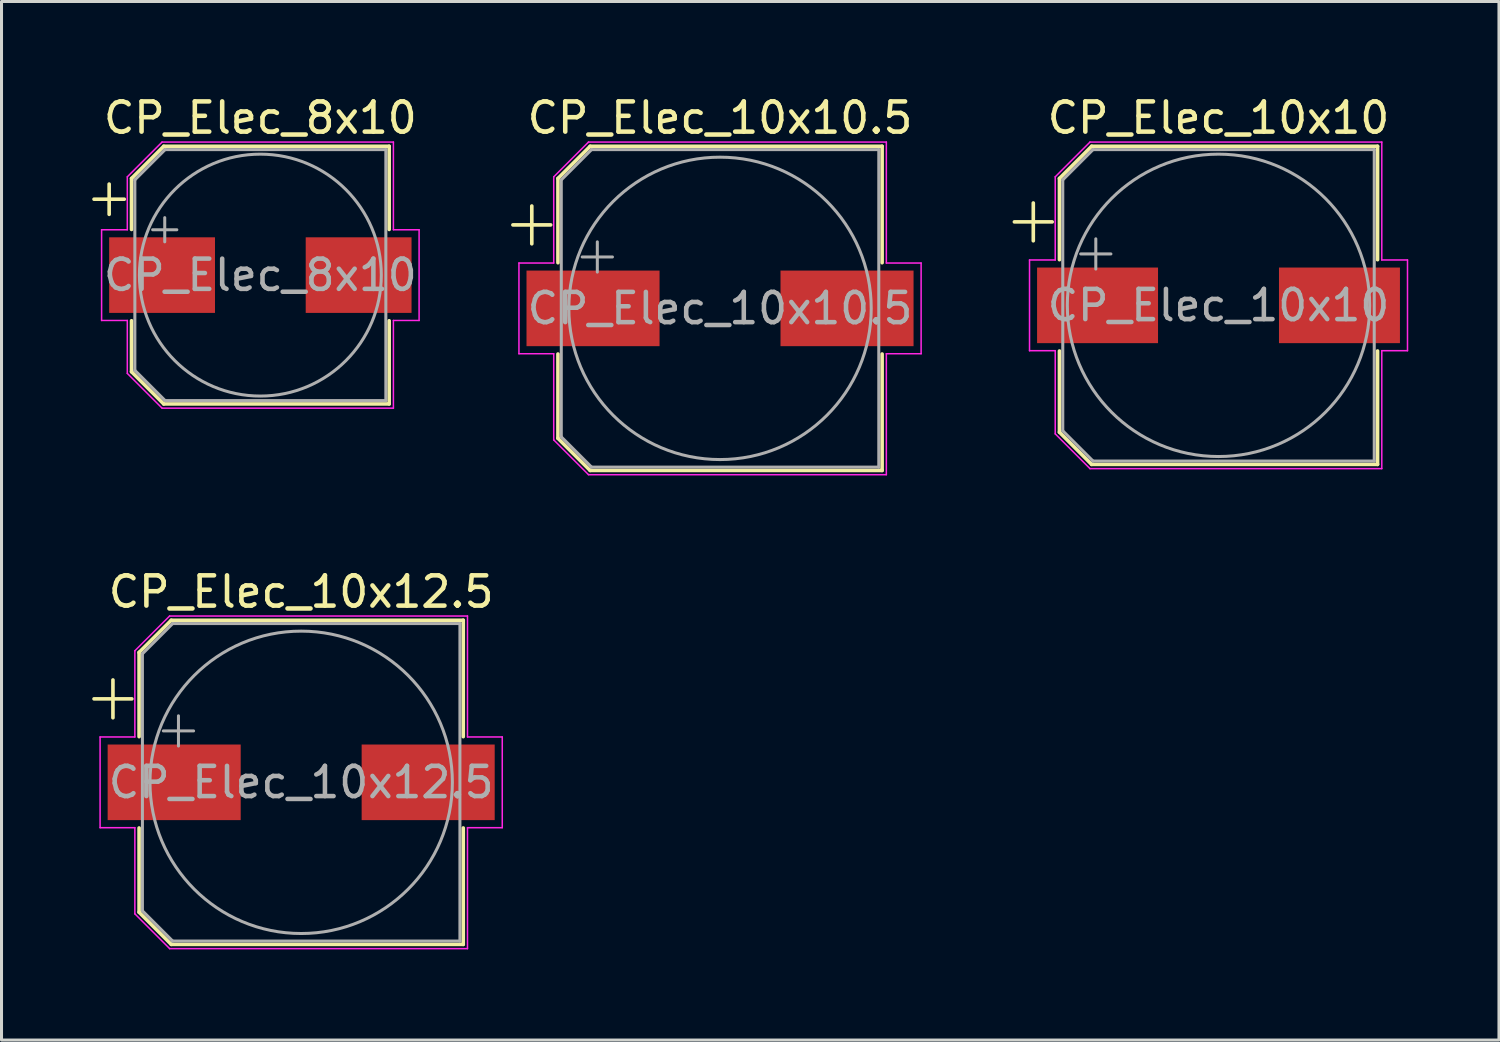
<source format=kicad_pcb>
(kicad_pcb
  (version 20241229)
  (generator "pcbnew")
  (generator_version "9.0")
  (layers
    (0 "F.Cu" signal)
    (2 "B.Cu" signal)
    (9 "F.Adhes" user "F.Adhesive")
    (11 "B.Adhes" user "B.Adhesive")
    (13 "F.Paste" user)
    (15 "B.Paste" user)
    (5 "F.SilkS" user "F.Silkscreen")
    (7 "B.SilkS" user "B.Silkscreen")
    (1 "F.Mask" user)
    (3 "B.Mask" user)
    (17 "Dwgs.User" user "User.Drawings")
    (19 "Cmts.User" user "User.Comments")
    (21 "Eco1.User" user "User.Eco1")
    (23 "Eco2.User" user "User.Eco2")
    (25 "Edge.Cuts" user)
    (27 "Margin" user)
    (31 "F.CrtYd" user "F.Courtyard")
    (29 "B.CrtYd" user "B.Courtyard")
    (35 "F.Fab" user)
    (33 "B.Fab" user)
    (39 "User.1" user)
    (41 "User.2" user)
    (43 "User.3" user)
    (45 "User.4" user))
  (footprint "CP_Elec_10x10"
    (layer "F.Cu")
    (at 37.247 7.048)
    (property "Reference" "CP_Elec_10x10" (at 0 -6.2 0) (layer "F.SilkS") (effects (font (size 1 1) (thickness 0.15))))
    (attr smd)
    (fp_line (start -6.75 -2.76) (end -5.5 -2.76) (stroke (width 0.12) (type solid)) (layer "F.SilkS"))
    (fp_line (start -6.125 -3.385) (end -6.125 -2.135) (stroke (width 0.12) (type solid)) (layer "F.SilkS"))
    (fp_line (start -5.26 -4.196) (end -5.26 -1.51) (stroke (width 0.12) (type solid)) (layer "F.SilkS"))
    (fp_line (start -5.26 -4.196) (end -4.196 -5.26) (stroke (width 0.12) (type solid)) (layer "F.SilkS"))
    (fp_line (start -5.26 4.196) (end -5.26 1.51) (stroke (width 0.12) (type solid)) (layer "F.SilkS"))
    (fp_line (start -5.26 4.196) (end -4.196 5.26) (stroke (width 0.12) (type solid)) (layer "F.SilkS"))
    (fp_line (start -4.196 -5.26) (end 5.26 -5.26) (stroke (width 0.12) (type solid)) (layer "F.SilkS"))
    (fp_line (start -4.196 5.26) (end 5.26 5.26) (stroke (width 0.12) (type solid)) (layer "F.SilkS"))
    (fp_line (start 5.26 -5.26) (end 5.26 -1.51) (stroke (width 0.12) (type solid)) (layer "F.SilkS"))
    (fp_line (start 5.26 5.26) (end 5.26 1.51) (stroke (width 0.12) (type solid)) (layer "F.SilkS"))
    (fp_line (start -6.25 -1.5) (end -6.25 1.5) (stroke (width 0.05) (type solid)) (layer "F.CrtYd"))
    (fp_line (start -6.25 1.5) (end -5.4 1.5) (stroke (width 0.05) (type solid)) (layer "F.CrtYd"))
    (fp_line (start -5.4 -4.25) (end -5.4 -1.5) (stroke (width 0.05) (type solid)) (layer "F.CrtYd"))
    (fp_line (start -5.4 -4.25) (end -4.25 -5.4) (stroke (width 0.05) (type solid)) (layer "F.CrtYd"))
    (fp_line (start -5.4 -1.5) (end -6.25 -1.5) (stroke (width 0.05) (type solid)) (layer "F.CrtYd"))
    (fp_line (start -5.4 1.5) (end -5.4 4.25) (stroke (width 0.05) (type solid)) (layer "F.CrtYd"))
    (fp_line (start -5.4 4.25) (end -4.25 5.4) (stroke (width 0.05) (type solid)) (layer "F.CrtYd"))
    (fp_line (start -4.25 -5.4) (end 5.4 -5.4) (stroke (width 0.05) (type solid)) (layer "F.CrtYd"))
    (fp_line (start -4.25 5.4) (end 5.4 5.4) (stroke (width 0.05) (type solid)) (layer "F.CrtYd"))
    (fp_line (start 5.4 -5.4) (end 5.4 -1.5) (stroke (width 0.05) (type solid)) (layer "F.CrtYd"))
    (fp_line (start 5.4 -1.5) (end 6.25 -1.5) (stroke (width 0.05) (type solid)) (layer "F.CrtYd"))
    (fp_line (start 5.4 1.5) (end 5.4 5.4) (stroke (width 0.05) (type solid)) (layer "F.CrtYd"))
    (fp_line (start 6.25 -1.5) (end 6.25 1.5) (stroke (width 0.05) (type solid)) (layer "F.CrtYd"))
    (fp_line (start 6.25 1.5) (end 5.4 1.5) (stroke (width 0.05) (type solid)) (layer "F.CrtYd"))
    (fp_line (start -5.15 -4.15) (end -5.15 4.15) (stroke (width 0.1) (type solid)) (layer "F.Fab"))
    (fp_line (start -5.15 -4.15) (end -4.15 -5.15) (stroke (width 0.1) (type solid)) (layer "F.Fab"))
    (fp_line (start -5.15 4.15) (end -4.15 5.15) (stroke (width 0.1) (type solid)) (layer "F.Fab"))
    (fp_line (start -4.558 -1.7) (end -3.558 -1.7) (stroke (width 0.1) (type solid)) (layer "F.Fab"))
    (fp_line (start -4.15 -5.15) (end 5.15 -5.15) (stroke (width 0.1) (type solid)) (layer "F.Fab"))
    (fp_line (start -4.15 5.15) (end 5.15 5.15) (stroke (width 0.1) (type solid)) (layer "F.Fab"))
    (fp_line (start -4.058 -2.2) (end -4.058 -1.2) (stroke (width 0.1) (type solid)) (layer "F.Fab"))
    (fp_line (start 5.15 -5.15) (end 5.15 5.15) (stroke (width 0.1) (type solid)) (layer "F.Fab"))
    (fp_circle (center 0 0) (end 5 0) (stroke (width 0.1) (type solid)) (fill no) (layer "F.Fab"))
    (fp_text user "${REFERENCE}" (at 0 0 0) (layer "F.Fab") (effects (font (size 1 1) (thickness 0.15))))
    (pad "1" smd rect (at -4 0) (size 4 2.5) (layers "F.Cu" "F.Mask" "F.Paste"))
    (pad "2" smd rect (at 4 0) (size 4 2.5) (layers "F.Cu" "F.Mask" "F.Paste")))
  (footprint "CP_Elec_10x12.5"
    (layer "F.Cu")
    (at 6.91 22.822)
    (property "Reference" "CP_Elec_10x12.5" (at 0 -6.3 0) (layer "F.SilkS") (effects (font (size 1 1) (thickness 0.15))))
    (attr smd)
    (fp_line (start -6.85 -2.76) (end -5.6 -2.76) (stroke (width 0.12) (type solid)) (layer "F.SilkS"))
    (fp_line (start -6.225 -3.385) (end -6.225 -2.135) (stroke (width 0.12) (type solid)) (layer "F.SilkS"))
    (fp_line (start -5.36 -4.296) (end -5.36 -1.51) (stroke (width 0.12) (type solid)) (layer "F.SilkS"))
    (fp_line (start -5.36 -4.296) (end -4.296 -5.36) (stroke (width 0.12) (type solid)) (layer "F.SilkS"))
    (fp_line (start -5.36 4.296) (end -5.36 1.51) (stroke (width 0.12) (type solid)) (layer "F.SilkS"))
    (fp_line (start -5.36 4.296) (end -4.296 5.36) (stroke (width 0.12) (type solid)) (layer "F.SilkS"))
    (fp_line (start -4.296 -5.36) (end 5.36 -5.36) (stroke (width 0.12) (type solid)) (layer "F.SilkS"))
    (fp_line (start -4.296 5.36) (end 5.36 5.36) (stroke (width 0.12) (type solid)) (layer "F.SilkS"))
    (fp_line (start 5.36 -5.36) (end 5.36 -1.51) (stroke (width 0.12) (type solid)) (layer "F.SilkS"))
    (fp_line (start 5.36 5.36) (end 5.36 1.51) (stroke (width 0.12) (type solid)) (layer "F.SilkS"))
    (fp_line (start -6.65 -1.5) (end -6.65 1.5) (stroke (width 0.05) (type solid)) (layer "F.CrtYd"))
    (fp_line (start -6.65 1.5) (end -5.5 1.5) (stroke (width 0.05) (type solid)) (layer "F.CrtYd"))
    (fp_line (start -5.5 -4.35) (end -5.5 -1.5) (stroke (width 0.05) (type solid)) (layer "F.CrtYd"))
    (fp_line (start -5.5 -4.35) (end -4.35 -5.5) (stroke (width 0.05) (type solid)) (layer "F.CrtYd"))
    (fp_line (start -5.5 -1.5) (end -6.65 -1.5) (stroke (width 0.05) (type solid)) (layer "F.CrtYd"))
    (fp_line (start -5.5 1.5) (end -5.5 4.35) (stroke (width 0.05) (type solid)) (layer "F.CrtYd"))
    (fp_line (start -5.5 4.35) (end -4.35 5.5) (stroke (width 0.05) (type solid)) (layer "F.CrtYd"))
    (fp_line (start -4.35 -5.5) (end 5.5 -5.5) (stroke (width 0.05) (type solid)) (layer "F.CrtYd"))
    (fp_line (start -4.35 5.5) (end 5.5 5.5) (stroke (width 0.05) (type solid)) (layer "F.CrtYd"))
    (fp_line (start 5.5 -5.5) (end 5.5 -1.5) (stroke (width 0.05) (type solid)) (layer "F.CrtYd"))
    (fp_line (start 5.5 -1.5) (end 6.65 -1.5) (stroke (width 0.05) (type solid)) (layer "F.CrtYd"))
    (fp_line (start 5.5 1.5) (end 5.5 5.5) (stroke (width 0.05) (type solid)) (layer "F.CrtYd"))
    (fp_line (start 6.65 -1.5) (end 6.65 1.5) (stroke (width 0.05) (type solid)) (layer "F.CrtYd"))
    (fp_line (start 6.65 1.5) (end 5.5 1.5) (stroke (width 0.05) (type solid)) (layer "F.CrtYd"))
    (fp_line (start -5.25 -4.25) (end -5.25 4.25) (stroke (width 0.1) (type solid)) (layer "F.Fab"))
    (fp_line (start -5.25 -4.25) (end -4.25 -5.25) (stroke (width 0.1) (type solid)) (layer "F.Fab"))
    (fp_line (start -5.25 4.25) (end -4.25 5.25) (stroke (width 0.1) (type solid)) (layer "F.Fab"))
    (fp_line (start -4.558 -1.7) (end -3.558 -1.7) (stroke (width 0.1) (type solid)) (layer "F.Fab"))
    (fp_line (start -4.25 -5.25) (end 5.25 -5.25) (stroke (width 0.1) (type solid)) (layer "F.Fab"))
    (fp_line (start -4.25 5.25) (end 5.25 5.25) (stroke (width 0.1) (type solid)) (layer "F.Fab"))
    (fp_line (start -4.058 -2.2) (end -4.058 -1.2) (stroke (width 0.1) (type solid)) (layer "F.Fab"))
    (fp_line (start 5.25 -5.25) (end 5.25 5.25) (stroke (width 0.1) (type solid)) (layer "F.Fab"))
    (fp_circle (center 0 0) (end 5 0) (stroke (width 0.1) (type solid)) (fill no) (layer "F.Fab"))
    (fp_text user "${REFERENCE}" (at 0 0 0) (layer "F.Fab") (effects (font (size 1 1) (thickness 0.15))))
    (pad "1" smd rect (at -4.2 0) (size 4.4 2.5) (layers "F.Cu" "F.Mask" "F.Paste"))
    (pad "2" smd rect (at 4.2 0) (size 4.4 2.5) (layers "F.Cu" "F.Mask" "F.Paste")))
  (footprint "CP_Elec_8x10"
    (layer "F.Cu")
    (at 5.56 6.048)
    (property "Reference" "CP_Elec_8x10" (at 0 -5.2 0) (layer "F.SilkS") (effects (font (size 1 1) (thickness 0.15))))
    (attr smd)
    (fp_line (start -5.5 -2.51) (end -4.5 -2.51) (stroke (width 0.12) (type solid)) (layer "F.SilkS"))
    (fp_line (start -5 -3.01) (end -5 -2.01) (stroke (width 0.12) (type solid)) (layer "F.SilkS"))
    (fp_line (start -4.26 -3.196) (end -4.26 -1.51) (stroke (width 0.12) (type solid)) (layer "F.SilkS"))
    (fp_line (start -4.26 -3.196) (end -3.196 -4.26) (stroke (width 0.12) (type solid)) (layer "F.SilkS"))
    (fp_line (start -4.26 3.196) (end -4.26 1.51) (stroke (width 0.12) (type solid)) (layer "F.SilkS"))
    (fp_line (start -4.26 3.196) (end -3.196 4.26) (stroke (width 0.12) (type solid)) (layer "F.SilkS"))
    (fp_line (start -3.196 -4.26) (end 4.26 -4.26) (stroke (width 0.12) (type solid)) (layer "F.SilkS"))
    (fp_line (start -3.196 4.26) (end 4.26 4.26) (stroke (width 0.12) (type solid)) (layer "F.SilkS"))
    (fp_line (start 4.26 -4.26) (end 4.26 -1.51) (stroke (width 0.12) (type solid)) (layer "F.SilkS"))
    (fp_line (start 4.26 4.26) (end 4.26 1.51) (stroke (width 0.12) (type solid)) (layer "F.SilkS"))
    (fp_line (start -5.25 -1.5) (end -5.25 1.5) (stroke (width 0.05) (type solid)) (layer "F.CrtYd"))
    (fp_line (start -5.25 1.5) (end -4.4 1.5) (stroke (width 0.05) (type solid)) (layer "F.CrtYd"))
    (fp_line (start -4.4 -3.25) (end -4.4 -1.5) (stroke (width 0.05) (type solid)) (layer "F.CrtYd"))
    (fp_line (start -4.4 -3.25) (end -3.25 -4.4) (stroke (width 0.05) (type solid)) (layer "F.CrtYd"))
    (fp_line (start -4.4 -1.5) (end -5.25 -1.5) (stroke (width 0.05) (type solid)) (layer "F.CrtYd"))
    (fp_line (start -4.4 1.5) (end -4.4 3.25) (stroke (width 0.05) (type solid)) (layer "F.CrtYd"))
    (fp_line (start -4.4 3.25) (end -3.25 4.4) (stroke (width 0.05) (type solid)) (layer "F.CrtYd"))
    (fp_line (start -3.25 -4.4) (end 4.4 -4.4) (stroke (width 0.05) (type solid)) (layer "F.CrtYd"))
    (fp_line (start -3.25 4.4) (end 4.4 4.4) (stroke (width 0.05) (type solid)) (layer "F.CrtYd"))
    (fp_line (start 4.4 -4.4) (end 4.4 -1.5) (stroke (width 0.05) (type solid)) (layer "F.CrtYd"))
    (fp_line (start 4.4 -1.5) (end 5.25 -1.5) (stroke (width 0.05) (type solid)) (layer "F.CrtYd"))
    (fp_line (start 4.4 1.5) (end 4.4 4.4) (stroke (width 0.05) (type solid)) (layer "F.CrtYd"))
    (fp_line (start 5.25 -1.5) (end 5.25 1.5) (stroke (width 0.05) (type solid)) (layer "F.CrtYd"))
    (fp_line (start 5.25 1.5) (end 4.4 1.5) (stroke (width 0.05) (type solid)) (layer "F.CrtYd"))
    (fp_line (start -4.15 -3.15) (end -4.15 3.15) (stroke (width 0.1) (type solid)) (layer "F.Fab"))
    (fp_line (start -4.15 -3.15) (end -3.15 -4.15) (stroke (width 0.1) (type solid)) (layer "F.Fab"))
    (fp_line (start -4.15 3.15) (end -3.15 4.15) (stroke (width 0.1) (type solid)) (layer "F.Fab"))
    (fp_line (start -3.562 -1.5) (end -2.762 -1.5) (stroke (width 0.1) (type solid)) (layer "F.Fab"))
    (fp_line (start -3.162 -1.9) (end -3.162 -1.1) (stroke (width 0.1) (type solid)) (layer "F.Fab"))
    (fp_line (start -3.15 -4.15) (end 4.15 -4.15) (stroke (width 0.1) (type solid)) (layer "F.Fab"))
    (fp_line (start -3.15 4.15) (end 4.15 4.15) (stroke (width 0.1) (type solid)) (layer "F.Fab"))
    (fp_line (start 4.15 -4.15) (end 4.15 4.15) (stroke (width 0.1) (type solid)) (layer "F.Fab"))
    (fp_circle (center 0 0) (end 4 0) (stroke (width 0.1) (type solid)) (fill no) (layer "F.Fab"))
    (fp_text user "${REFERENCE}" (at 0 0 0) (layer "F.Fab") (effects (font (size 1 1) (thickness 0.15))))
    (pad "1" smd rect (at -3.25 0) (size 3.5 2.5) (layers "F.Cu" "F.Mask" "F.Paste"))
    (pad "2" smd rect (at 3.25 0) (size 3.5 2.5) (layers "F.Cu" "F.Mask" "F.Paste")))
  (footprint "CP_Elec_10x10.5"
    (layer "F.Cu")
    (at 20.762 7.148)
    (property "Reference" "CP_Elec_10x10.5" (at 0 -6.3 0) (layer "F.SilkS") (effects (font (size 1 1) (thickness 0.15))))
    (attr smd)
    (fp_line (start -6.85 -2.76) (end -5.6 -2.76) (stroke (width 0.12) (type solid)) (layer "F.SilkS"))
    (fp_line (start -6.225 -3.385) (end -6.225 -2.135) (stroke (width 0.12) (type solid)) (layer "F.SilkS"))
    (fp_line (start -5.36 -4.296) (end -5.36 -1.51) (stroke (width 0.12) (type solid)) (layer "F.SilkS"))
    (fp_line (start -5.36 -4.296) (end -4.296 -5.36) (stroke (width 0.12) (type solid)) (layer "F.SilkS"))
    (fp_line (start -5.36 4.296) (end -5.36 1.51) (stroke (width 0.12) (type solid)) (layer "F.SilkS"))
    (fp_line (start -5.36 4.296) (end -4.296 5.36) (stroke (width 0.12) (type solid)) (layer "F.SilkS"))
    (fp_line (start -4.296 -5.36) (end 5.36 -5.36) (stroke (width 0.12) (type solid)) (layer "F.SilkS"))
    (fp_line (start -4.296 5.36) (end 5.36 5.36) (stroke (width 0.12) (type solid)) (layer "F.SilkS"))
    (fp_line (start 5.36 -5.36) (end 5.36 -1.51) (stroke (width 0.12) (type solid)) (layer "F.SilkS"))
    (fp_line (start 5.36 5.36) (end 5.36 1.51) (stroke (width 0.12) (type solid)) (layer "F.SilkS"))
    (fp_line (start -6.65 -1.5) (end -6.65 1.5) (stroke (width 0.05) (type solid)) (layer "F.CrtYd"))
    (fp_line (start -6.65 1.5) (end -5.5 1.5) (stroke (width 0.05) (type solid)) (layer "F.CrtYd"))
    (fp_line (start -5.5 -4.35) (end -5.5 -1.5) (stroke (width 0.05) (type solid)) (layer "F.CrtYd"))
    (fp_line (start -5.5 -4.35) (end -4.35 -5.5) (stroke (width 0.05) (type solid)) (layer "F.CrtYd"))
    (fp_line (start -5.5 -1.5) (end -6.65 -1.5) (stroke (width 0.05) (type solid)) (layer "F.CrtYd"))
    (fp_line (start -5.5 1.5) (end -5.5 4.35) (stroke (width 0.05) (type solid)) (layer "F.CrtYd"))
    (fp_line (start -5.5 4.35) (end -4.35 5.5) (stroke (width 0.05) (type solid)) (layer "F.CrtYd"))
    (fp_line (start -4.35 -5.5) (end 5.5 -5.5) (stroke (width 0.05) (type solid)) (layer "F.CrtYd"))
    (fp_line (start -4.35 5.5) (end 5.5 5.5) (stroke (width 0.05) (type solid)) (layer "F.CrtYd"))
    (fp_line (start 5.5 -5.5) (end 5.5 -1.5) (stroke (width 0.05) (type solid)) (layer "F.CrtYd"))
    (fp_line (start 5.5 -1.5) (end 6.65 -1.5) (stroke (width 0.05) (type solid)) (layer "F.CrtYd"))
    (fp_line (start 5.5 1.5) (end 5.5 5.5) (stroke (width 0.05) (type solid)) (layer "F.CrtYd"))
    (fp_line (start 6.65 -1.5) (end 6.65 1.5) (stroke (width 0.05) (type solid)) (layer "F.CrtYd"))
    (fp_line (start 6.65 1.5) (end 5.5 1.5) (stroke (width 0.05) (type solid)) (layer "F.CrtYd"))
    (fp_line (start -5.25 -4.25) (end -5.25 4.25) (stroke (width 0.1) (type solid)) (layer "F.Fab"))
    (fp_line (start -5.25 -4.25) (end -4.25 -5.25) (stroke (width 0.1) (type solid)) (layer "F.Fab"))
    (fp_line (start -5.25 4.25) (end -4.25 5.25) (stroke (width 0.1) (type solid)) (layer "F.Fab"))
    (fp_line (start -4.558 -1.7) (end -3.558 -1.7) (stroke (width 0.1) (type solid)) (layer "F.Fab"))
    (fp_line (start -4.25 -5.25) (end 5.25 -5.25) (stroke (width 0.1) (type solid)) (layer "F.Fab"))
    (fp_line (start -4.25 5.25) (end 5.25 5.25) (stroke (width 0.1) (type solid)) (layer "F.Fab"))
    (fp_line (start -4.058 -2.2) (end -4.058 -1.2) (stroke (width 0.1) (type solid)) (layer "F.Fab"))
    (fp_line (start 5.25 -5.25) (end 5.25 5.25) (stroke (width 0.1) (type solid)) (layer "F.Fab"))
    (fp_circle (center 0 0) (end 5 0) (stroke (width 0.1) (type solid)) (fill no) (layer "F.Fab"))
    (fp_text user "${REFERENCE}" (at 0 0 0) (layer "F.Fab") (effects (font (size 1 1) (thickness 0.15))))
    (pad "1" smd rect (at -4.2 0) (size 4.4 2.5) (layers "F.Cu" "F.Mask" "F.Paste"))
    (pad "2" smd rect (at 4.2 0) (size 4.4 2.5) (layers "F.Cu" "F.Mask" "F.Paste")))
  (gr_rect
    (start -3 -3)
    (end 46.522 31.346)
    (stroke (width 0.1) (type default))
    (fill no)
    (layer "Edge.Cuts")))
</source>
